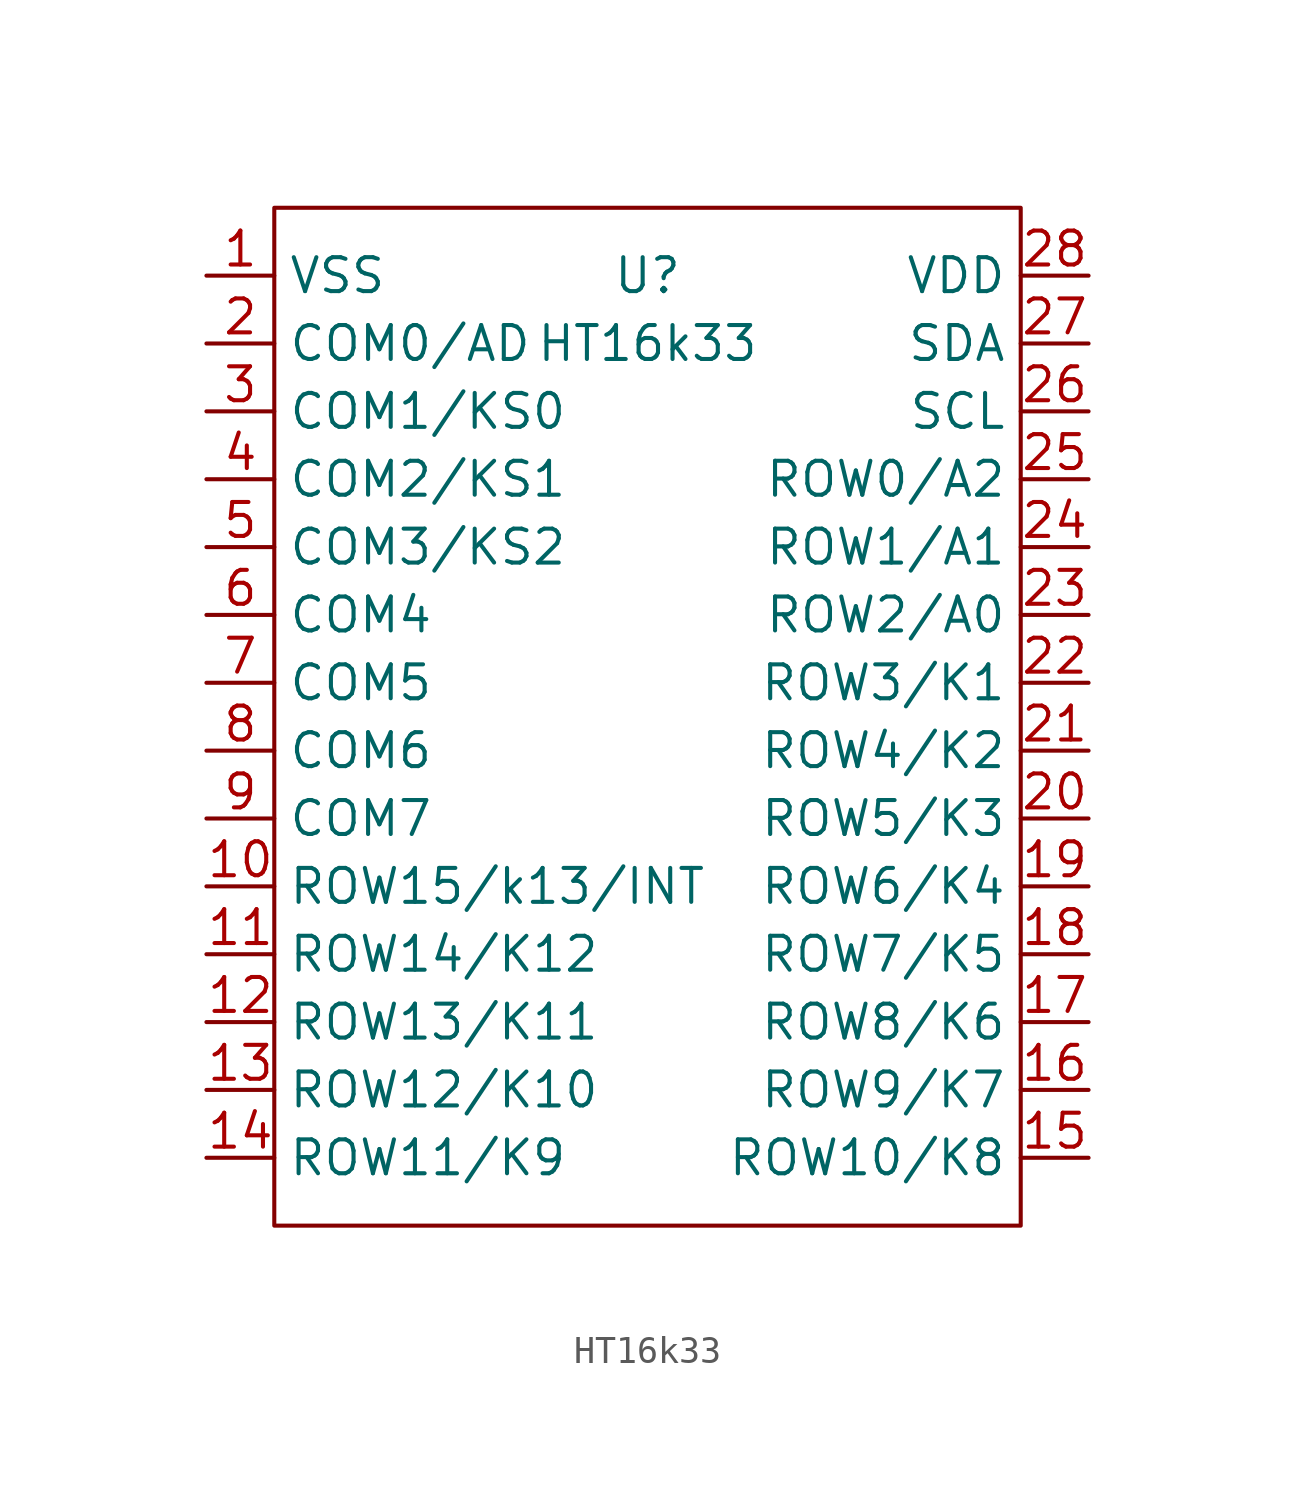
<source format=kicad_sym>
(kicad_symbol_lib
  (version 20211014)
  (generator kicad_symbol_editor)
  (symbol "HT16k33"
    (property "Reference" "U"
      (at 0 21.59 0)
      (effects (font (size 1.27 1.27))))
    (property "Value" "HT16k33"
      (at 0 19.05 0)
      (effects (font (size 1.27 1.27))))
    (symbol "HT16k33_0_1"
      (rectangle (start -13.97 24.13) (end 13.97 -13.97) (stroke (width 0) (type default) (color 0 0 0 0)) (fill (type none))))
    (symbol "HT16k33_1_1"
      (pin power_in line (at -16.51 21.59 0) (length 2.54) (name "VSS" (effects (font (size 1.27 1.27)))) (number "1" (effects (font (size 1.27 1.27)))))
      (pin output line (at -16.51 -1.27 0) (length 2.54) (name "ROW15/k13/INT" (effects (font (size 1.27 1.27)))) (number "10" (effects (font (size 1.27 1.27)))))
      (pin output line (at -16.51 -3.81 0) (length 2.54) (name "ROW14/K12" (effects (font (size 1.27 1.27)))) (number "11" (effects (font (size 1.27 1.27)))))
      (pin output line (at -16.51 -6.35 0) (length 2.54) (name "ROW13/K11" (effects (font (size 1.27 1.27)))) (number "12" (effects (font (size 1.27 1.27)))))
      (pin output line (at -16.51 -8.89 0) (length 2.54) (name "ROW12/K10" (effects (font (size 1.27 1.27)))) (number "13" (effects (font (size 1.27 1.27)))))
      (pin output line (at -16.51 -11.43 0) (length 2.54) (name "ROW11/K9" (effects (font (size 1.27 1.27)))) (number "14" (effects (font (size 1.27 1.27)))))
      (pin output line (at 16.51 -11.43 180) (length 2.54) (name "ROW10/K8" (effects (font (size 1.27 1.27)))) (number "15" (effects (font (size 1.27 1.27)))))
      (pin output line (at 16.51 -8.89 180) (length 2.54) (name "ROW9/K7" (effects (font (size 1.27 1.27)))) (number "16" (effects (font (size 1.27 1.27)))))
      (pin output line (at 16.51 -6.35 180) (length 2.54) (name "ROW8/K6" (effects (font (size 1.27 1.27)))) (number "17" (effects (font (size 1.27 1.27)))))
      (pin output line (at 16.51 -3.81 180) (length 2.54) (name "ROW7/K5" (effects (font (size 1.27 1.27)))) (number "18" (effects (font (size 1.27 1.27)))))
      (pin output line (at 16.51 -1.27 180) (length 2.54) (name "ROW6/K4" (effects (font (size 1.27 1.27)))) (number "19" (effects (font (size 1.27 1.27)))))
      (pin bidirectional line (at -16.51 19.05 0) (length 2.54) (name "COM0/AD" (effects (font (size 1.27 1.27)))) (number "2" (effects (font (size 1.27 1.27)))))
      (pin output line (at 16.51 1.27 180) (length 2.54) (name "ROW5/K3" (effects (font (size 1.27 1.27)))) (number "20" (effects (font (size 1.27 1.27)))))
      (pin output line (at 16.51 3.81 180) (length 2.54) (name "ROW4/K2" (effects (font (size 1.27 1.27)))) (number "21" (effects (font (size 1.27 1.27)))))
      (pin output line (at 16.51 6.35 180) (length 2.54) (name "ROW3/K1" (effects (font (size 1.27 1.27)))) (number "22" (effects (font (size 1.27 1.27)))))
      (pin output line (at 16.51 8.89 180) (length 2.54) (name "ROW2/A0" (effects (font (size 1.27 1.27)))) (number "23" (effects (font (size 1.27 1.27)))))
      (pin output line (at 16.51 11.43 180) (length 2.54) (name "ROW1/A1" (effects (font (size 1.27 1.27)))) (number "24" (effects (font (size 1.27 1.27)))))
      (pin output line (at 16.51 13.97 180) (length 2.54) (name "ROW0/A2" (effects (font (size 1.27 1.27)))) (number "25" (effects (font (size 1.27 1.27)))))
      (pin bidirectional line (at 16.51 16.51 180) (length 2.54) (name "SCL" (effects (font (size 1.27 1.27)))) (number "26" (effects (font (size 1.27 1.27)))))
      (pin bidirectional line (at 16.51 19.05 180) (length 2.54) (name "SDA" (effects (font (size 1.27 1.27)))) (number "27" (effects (font (size 1.27 1.27)))))
      (pin power_in line (at 16.51 21.59 180) (length 2.54) (name "VDD" (effects (font (size 1.27 1.27)))) (number "28" (effects (font (size 1.27 1.27)))))
      (pin bidirectional line (at -16.51 16.51 0) (length 2.54) (name "COM1/KS0" (effects (font (size 1.27 1.27)))) (number "3" (effects (font (size 1.27 1.27)))))
      (pin bidirectional line (at -16.51 13.97 0) (length 2.54) (name "COM2/KS1" (effects (font (size 1.27 1.27)))) (number "4" (effects (font (size 1.27 1.27)))))
      (pin bidirectional line (at -16.51 11.43 0) (length 2.54) (name "COM3/KS2" (effects (font (size 1.27 1.27)))) (number "5" (effects (font (size 1.27 1.27)))))
      (pin bidirectional line (at -16.51 8.89 0) (length 2.54) (name "COM4" (effects (font (size 1.27 1.27)))) (number "6" (effects (font (size 1.27 1.27)))))
      (pin bidirectional line (at -16.51 6.35 0) (length 2.54) (name "COM5" (effects (font (size 1.27 1.27)))) (number "7" (effects (font (size 1.27 1.27)))))
      (pin bidirectional line (at -16.51 3.81 0) (length 2.54) (name "COM6" (effects (font (size 1.27 1.27)))) (number "8" (effects (font (size 1.27 1.27)))))
      (pin bidirectional line (at -16.51 1.27 0) (length 2.54) (name "COM7" (effects (font (size 1.27 1.27)))) (number "9" (effects (font (size 1.27 1.27))))))))
</source>
